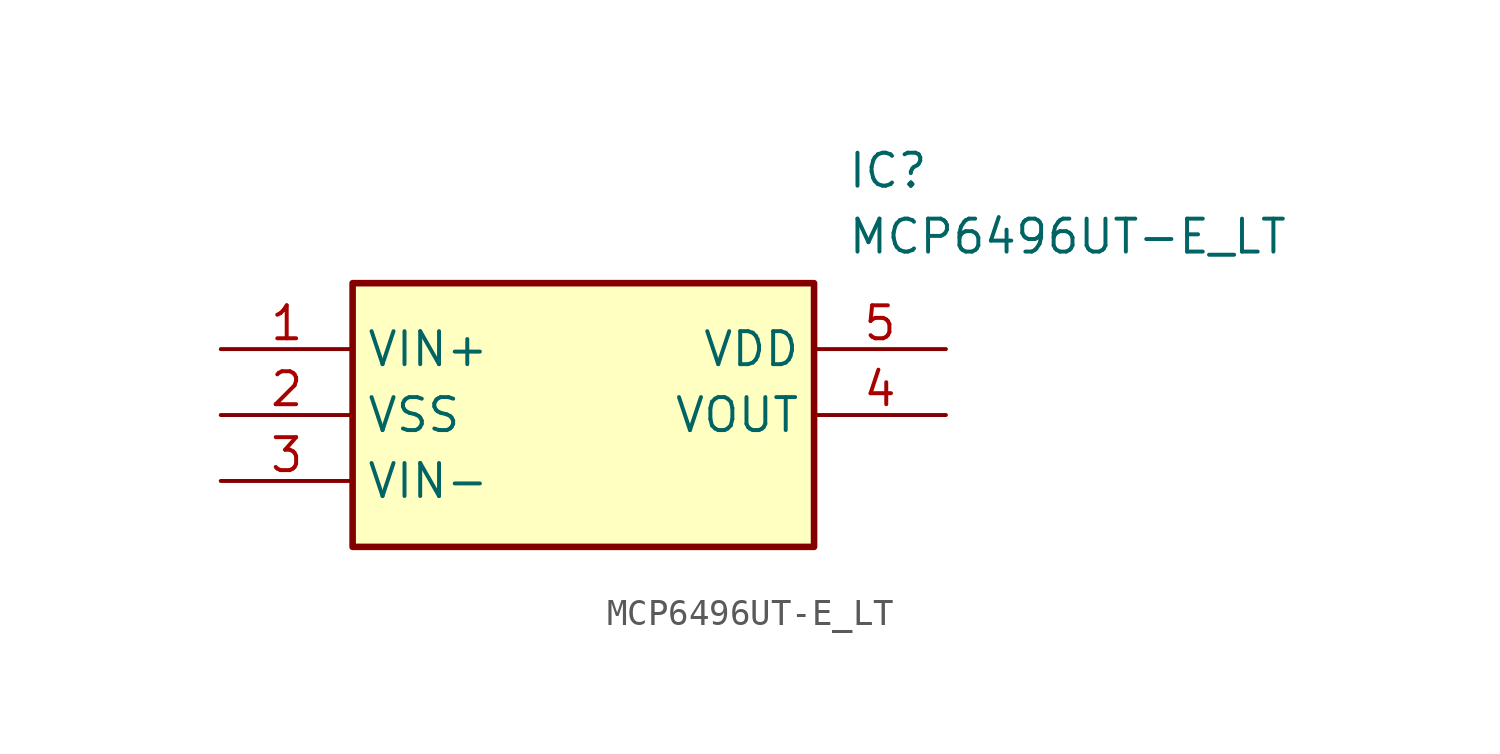
<source format=kicad_sym>
(kicad_symbol_lib
  (version 20241209)
  (generator "kicad_symbol_editor")
  (generator_version "9.0")
  (symbol "MCP6496UT-E_LT"
    (property "Reference" "IC"
      (at 24.13 7.62 0)
      (effects (font (size 1.27 1.27)) (justify left top)))
    (property "Value" "MCP6496UT-E_LT"
      (at 24.13 5.08 0)
      (effects (font (size 1.27 1.27)) (justify left top)))
    (symbol "MCP6496UT-E_LT_1_1"
      (rectangle (start 5.08 2.54) (end 22.86 -7.62) (stroke (width 0.254) (type default)) (fill (type background)))
      (pin passive line (at 0 0 0) (length 5.08) (name "VIN+" (effects (font (size 1.27 1.27)))) (number "1" (effects (font (size 1.27 1.27)))))
      (pin passive line (at 0 -2.54 0) (length 5.08) (name "VSS" (effects (font (size 1.27 1.27)))) (number "2" (effects (font (size 1.27 1.27)))))
      (pin passive line (at 0 -5.08 0) (length 5.08) (name "VIN-" (effects (font (size 1.27 1.27)))) (number "3" (effects (font (size 1.27 1.27)))))
      (pin passive line (at 27.94 0 180) (length 5.08) (name "VDD" (effects (font (size 1.27 1.27)))) (number "5" (effects (font (size 1.27 1.27)))))
      (pin passive line (at 27.94 -2.54 180) (length 5.08) (name "VOUT" (effects (font (size 1.27 1.27)))) (number "4" (effects (font (size 1.27 1.27))))))))
</source>
